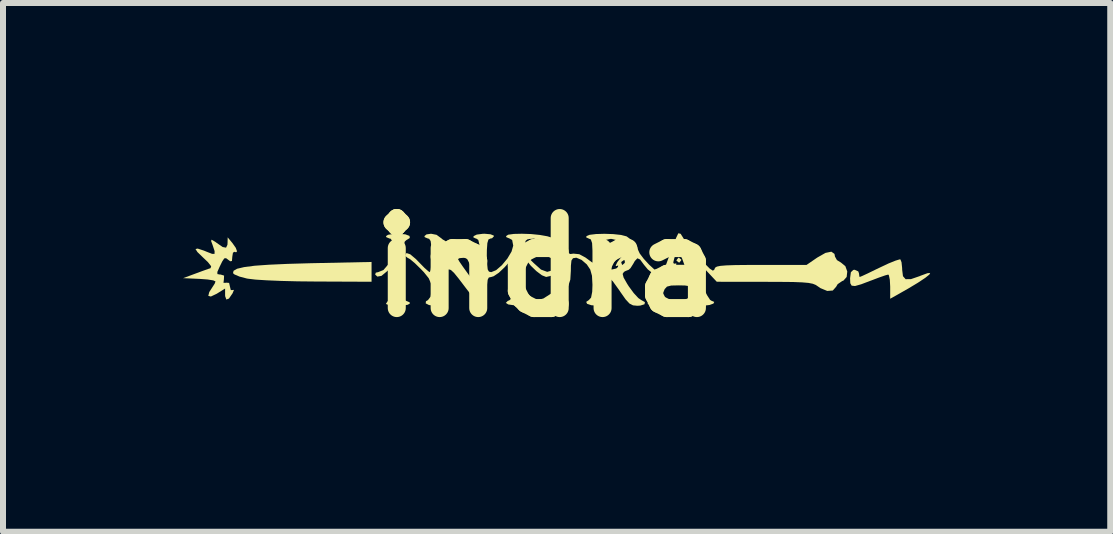
<source format=kicad_pcb>
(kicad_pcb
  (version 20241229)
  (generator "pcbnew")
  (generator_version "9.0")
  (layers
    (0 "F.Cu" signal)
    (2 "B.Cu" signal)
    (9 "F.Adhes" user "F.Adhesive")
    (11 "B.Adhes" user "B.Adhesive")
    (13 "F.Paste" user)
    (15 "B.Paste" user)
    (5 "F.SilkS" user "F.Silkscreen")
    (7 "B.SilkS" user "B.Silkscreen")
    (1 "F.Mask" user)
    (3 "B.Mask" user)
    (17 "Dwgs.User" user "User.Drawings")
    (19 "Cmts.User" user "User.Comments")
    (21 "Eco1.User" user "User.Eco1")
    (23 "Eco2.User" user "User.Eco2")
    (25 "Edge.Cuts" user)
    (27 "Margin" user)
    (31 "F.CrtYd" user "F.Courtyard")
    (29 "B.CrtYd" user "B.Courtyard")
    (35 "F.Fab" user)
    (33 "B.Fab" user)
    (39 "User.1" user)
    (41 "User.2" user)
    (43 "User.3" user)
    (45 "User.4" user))
  (footprint "indra"
    (layer "F.Cu")
    (at 6.06 1.404)
    (property "Reference" "indra" (at 0 0 0) (layer "F.SilkS") (effects (font (size 1.5 1.5) (thickness 0.3))))
    (attr board_only exclude_from_pos_files exclude_from_bom)
    (fp_poly (pts (xy 2.6 0.1) (xy 2.58 0.12) (xy 2.56 0.1) (xy 2.58 0.08)) (stroke (width 0) (type solid)) (fill yes) (layer "F.SilkS"))
    (fp_poly (pts (xy 2.239 -0.13) (xy 2.24 -0.12) (xy 2.21 -0.081) (xy 2.2 -0.08) (xy 2.161 -0.11) (xy 2.16 -0.12) (xy 2.19 -0.159) (xy 2.2 -0.16)) (stroke (width 0) (type solid)) (fill yes) (layer "F.SilkS"))
    (fp_poly (pts (xy -2.92 0.075) (xy -2.92 0.24) (xy -3.85 0.236) (xy -4.15 0.233) (xy -4.426 0.226) (xy -4.665 0.216) (xy -4.854 0.204) (xy -4.979 0.189) (xy -4.997 0.186) (xy -5.119 0.154) (xy -5.204 0.118) (xy -5.228 0.097) (xy -5.219 0.057) (xy -5.159 0.023) (xy -5.044 -0.004) (xy -4.868 -0.027) (xy -4.628 -0.044) (xy -4.317 -0.058) (xy -3.932 -0.069) (xy -3.93 -0.069) (xy -2.92 -0.09)) (stroke (width 0) (type solid)) (fill yes) (layer "F.SilkS"))
    (fp_poly (pts (xy 5.89 -0.133) (xy 5.909 -0.085) (xy 5.919 0.011) (xy 5.92 0.042) (xy 5.933 0.147) (xy 5.977 0.197) (xy 6.066 0.196) (xy 6.209 0.147) (xy 6.227 0.139) (xy 6.339 0.098) (xy 6.386 0.093) (xy 6.373 0.12) (xy 6.304 0.175) (xy 6.184 0.255) (xy 6.016 0.356) (xy 5.896 0.424) (xy 5.72 0.523) (xy 5.72 0.321) (xy 5.714 0.207) (xy 5.699 0.134) (xy 5.688 0.12) (xy 5.636 0.134) (xy 5.533 0.17) (xy 5.401 0.22) (xy 5.4 0.22) (xy 5.237 0.282) (xy 5.134 0.311) (xy 5.078 0.305) (xy 5.055 0.264) (xy 5.052 0.185) (xy 5.052 0.18) (xy 5.065 0.081) (xy 5.105 0.043) (xy 5.128 0.04) (xy 5.188 0.067) (xy 5.2 0.1) (xy 5.207 0.153) (xy 5.214 0.16) (xy 5.253 0.144) (xy 5.348 0.1) (xy 5.479 0.036) (xy 5.544 0.005) (xy 5.688 -0.063) (xy 5.806 -0.111) (xy 5.878 -0.133)) (stroke (width 0) (type solid)) (fill yes) (layer "F.SilkS"))
    (fp_poly (pts (xy -2.357 -0.55) (xy -2.288 -0.524) (xy -2.283 -0.489) (xy -2.34 -0.454) (xy -2.366 -0.431) (xy -2.383 -0.374) (xy -2.394 -0.273) (xy -2.399 -0.114) (xy -2.4 0.064) (xy -2.399 0.275) (xy -2.393 0.418) (xy -2.383 0.505) (xy -2.365 0.548) (xy -2.34 0.56) (xy -2.287 0.582) (xy -2.28 0.6) (xy -2.316 0.623) (xy -2.408 0.637) (xy -2.48 0.64) (xy -2.594 0.634) (xy -2.667 0.617) (xy -2.68 0.604) (xy -2.648 0.561) (xy -2.62 0.546) (xy -2.586 0.511) (xy -2.567 0.429) (xy -2.56 0.285) (xy -2.56 0.243) (xy -2.56 -0.036) (xy -2.658 0.062) (xy -2.755 0.142) (xy -2.823 0.154) (xy -2.86 0.12) (xy -2.849 0.088) (xy -2.81 0.08) (xy -2.722 0.044) (xy -2.641 -0.05) (xy -2.583 -0.178) (xy -2.56 -0.318) (xy -2.57 -0.43) (xy -2.602 -0.477) (xy -2.62 -0.48) (xy -2.673 -0.502) (xy -2.68 -0.52) (xy -2.644 -0.543) (xy -2.552 -0.557) (xy -2.48 -0.56)) (stroke (width 0) (type solid)) (fill yes) (layer "F.SilkS"))
    (fp_poly (pts (xy -5.239 -0.406) (xy -5.182 -0.325) (xy -5.161 -0.267) (xy -5.178 -0.25) (xy -5.2 -0.26) (xy -5.229 -0.245) (xy -5.24 -0.177) (xy -5.246 -0.106) (xy -5.274 -0.101) (xy -5.301 -0.121) (xy -5.344 -0.153) (xy -5.374 -0.149) (xy -5.408 -0.098) (xy -5.451 -0.01) (xy -5.489 0.076) (xy -5.488 0.112) (xy -5.445 0.12) (xy -5.434 0.12) (xy -5.377 0.137) (xy -5.38 0.199) (xy -5.38 0.2) (xy -5.387 0.257) (xy -5.346 0.257) (xy -5.343 0.255) (xy -5.293 0.259) (xy -5.28 0.318) (xy -5.265 0.378) (xy -5.236 0.378) (xy -5.212 0.375) (xy -5.235 0.431) (xy -5.236 0.433) (xy -5.296 0.52) (xy -5.339 0.536) (xy -5.359 0.481) (xy -5.36 0.459) (xy -5.36 0.353) (xy -5.5 0.44) (xy -5.597 0.486) (xy -5.64 0.475) (xy -5.624 0.412) (xy -5.579 0.342) (xy -5.533 0.271) (xy -5.52 0.234) (xy -5.557 0.217) (xy -5.652 0.202) (xy -5.787 0.192) (xy -5.79 0.192) (xy -6.06 0.18) (xy -5.86 0.106) (xy -5.736 0.06) (xy -5.637 0.025) (xy -5.603 0.014) (xy -5.592 -0.018) (xy -5.648 -0.089) (xy -5.723 -0.16) (xy -5.821 -0.255) (xy -5.853 -0.305) (xy -5.817 -0.313) (xy -5.713 -0.279) (xy -5.662 -0.258) (xy -5.577 -0.225) (xy -5.536 -0.225) (xy -5.535 -0.271) (xy -5.569 -0.374) (xy -5.593 -0.439) (xy -5.585 -0.461) (xy -5.525 -0.426) (xy -5.502 -0.409) (xy -5.401 -0.339) (xy -5.344 -0.328) (xy -5.321 -0.376) (xy -5.319 -0.41) (xy -5.317 -0.5)) (stroke (width 0) (type solid)) (fill yes) (layer "F.SilkS"))
    (fp_poly (pts (xy 2.229 -0.559) (xy 2.279 -0.48) (xy 2.305 -0.423) (xy 2.356 -0.317) (xy 2.404 -0.251) (xy 2.424 -0.24) (xy 2.473 -0.213) (xy 2.554 -0.142) (xy 2.623 -0.071) (xy 2.714 0.021) (xy 2.766 0.055) (xy 2.79 0.039) (xy 2.793 0.029) (xy 2.804 0.005) (xy 2.834 -0.013) (xy 2.893 -0.025) (xy 2.992 -0.033) (xy 3.142 -0.038) (xy 3.353 -0.04) (xy 3.566 -0.04) (xy 4.326 -0.04) (xy 4.505 -0.163) (xy 4.642 -0.241) (xy 4.74 -0.261) (xy 4.792 -0.224) (xy 4.8 -0.18) (xy 4.833 -0.121) (xy 4.9 -0.08) (xy 4.973 -0.02) (xy 5.005 0.069) (xy 4.995 0.16) (xy 4.941 0.221) (xy 4.921 0.228) (xy 4.845 0.28) (xy 4.819 0.324) (xy 4.764 0.386) (xy 4.671 0.393) (xy 4.558 0.346) (xy 4.52 0.32) (xy 4.48 0.293) (xy 4.43 0.273) (xy 4.358 0.259) (xy 4.253 0.25) (xy 4.103 0.244) (xy 3.896 0.242) (xy 3.626 0.241) (xy 2.831 0.24) (xy 2.636 0.032) (xy 2.541 -0.064) (xy 2.472 -0.125) (xy 2.441 -0.139) (xy 2.44 -0.136) (xy 2.455 -0.054) (xy 2.495 0.068) (xy 2.55 0.209) (xy 2.611 0.349) (xy 2.67 0.465) (xy 2.718 0.539) (xy 2.736 0.553) (xy 2.789 0.576) (xy 2.776 0.603) (xy 2.711 0.627) (xy 2.609 0.639) (xy 2.58 0.64) (xy 2.462 0.63) (xy 2.389 0.606) (xy 2.375 0.575) (xy 2.417 0.547) (xy 2.454 0.504) (xy 2.444 0.412) (xy 2.421 0.347) (xy 2.38 0.314) (xy 2.3 0.302) (xy 2.198 0.3) (xy 2.072 0.303) (xy 2.001 0.321) (xy 1.963 0.363) (xy 1.941 0.417) (xy 1.92 0.506) (xy 1.941 0.546) (xy 1.95 0.55) (xy 2.001 0.582) (xy 1.984 0.614) (xy 1.91 0.636) (xy 1.84 0.64) (xy 1.74 0.632) (xy 1.684 0.611) (xy 1.68 0.602) (xy 1.71 0.552) (xy 1.739 0.531) (xy 1.773 0.482) (xy 1.826 0.373) (xy 1.89 0.218) (xy 1.929 0.114) (xy 2.04 0.114) (xy 2.056 0.168) (xy 2.143 0.197) (xy 2.204 0.2) (xy 2.308 0.194) (xy 2.348 0.173) (xy 2.344 0.136) (xy 2.316 0.049) (xy 2.294 -0.034) (xy 2.255 -0.143) (xy 2.219 -0.212) (xy 2.183 -0.254) (xy 2.156 -0.237) (xy 2.126 -0.161) (xy 2.106 -0.082) (xy 2.118 -0.059) (xy 2.122 -0.061) (xy 2.157 -0.066) (xy 2.154 -0.03) (xy 2.118 0.023) (xy 2.1 0.04) (xy 2.04 0.114) (xy 1.929 0.114) (xy 1.96 0.031) (xy 1.976 -0.016) (xy 2.045 -0.208) (xy 2.106 -0.373) (xy 2.156 -0.496) (xy 2.188 -0.562) (xy 2.192 -0.568)) (stroke (width 0) (type solid)) (fill yes) (layer "F.SilkS"))
    (fp_poly (pts (xy -0.265 -0.555) (xy -0.117 -0.54) (xy 0.008 -0.518) (xy 0.067 -0.5) (xy 0.182 -0.436) (xy 0.283 -0.355) (xy 0.348 -0.276) (xy 0.36 -0.238) (xy 0.392 -0.222) (xy 0.443 -0.229) (xy 0.541 -0.219) (xy 0.643 -0.164) (xy 0.76 -0.078) (xy 0.76 -0.139) (xy 0.924 -0.139) (xy 0.93 -0.042) (xy 0.936 -0.015) (xy 0.989 0.027) (xy 1.075 0.038) (xy 1.156 0.019) (xy 1.184 -0.006) (xy 1.189 -0.033) (xy 1.162 -0.021) (xy 1.146 -0.027) (xy 1.171 -0.08) (xy 1.24 -0.08) (xy 1.254 -0.041) (xy 1.258 -0.04) (xy 1.292 -0.068) (xy 1.3 -0.08) (xy 1.297 -0.117) (xy 1.282 -0.12) (xy 1.242 -0.091) (xy 1.24 -0.08) (xy 1.171 -0.08) (xy 1.173 -0.083) (xy 1.18 -0.095) (xy 1.239 -0.169) (xy 1.284 -0.2) (xy 1.285 -0.2) (xy 1.314 -0.233) (xy 1.32 -0.274) (xy 1.284 -0.372) (xy 1.195 -0.446) (xy 1.078 -0.474) (xy 1.054 -0.473) (xy 0.985 -0.458) (xy 0.949 -0.42) (xy 0.933 -0.336) (xy 0.928 -0.265) (xy 0.924 -0.139) (xy 0.76 -0.139) (xy 0.76 -0.279) (xy 0.754 -0.404) (xy 0.733 -0.465) (xy 0.698 -0.48) (xy 0.656 -0.499) (xy 0.66 -0.52) (xy 0.712 -0.542) (xy 0.82 -0.555) (xy 0.96 -0.559) (xy 1.106 -0.554) (xy 1.236 -0.54) (xy 1.325 -0.517) (xy 1.333 -0.513) (xy 1.439 -0.435) (xy 1.506 -0.341) (xy 1.519 -0.293) (xy 1.547 -0.232) (xy 1.614 -0.143) (xy 1.702 -0.047) (xy 1.789 0.033) (xy 1.856 0.077) (xy 1.869 0.08) (xy 1.906 0.1) (xy 1.901 0.118) (xy 1.85 0.137) (xy 1.77 0.105) (xy 1.681 0.033) (xy 1.619 -0.042) (xy 1.553 -0.131) (xy 1.509 -0.151) (xy 1.466 -0.106) (xy 1.44 -0.06) (xy 1.394 0.013) (xy 1.363 0.041) (xy 1.313 0.06) (xy 1.285 0.076) (xy 1.263 0.109) (xy 1.279 0.17) (xy 1.337 0.272) (xy 1.365 0.316) (xy 1.448 0.429) (xy 1.525 0.512) (xy 1.57 0.543) (xy 1.634 0.579) (xy 1.627 0.615) (xy 1.556 0.637) (xy 1.508 0.64) (xy 1.436 0.633) (xy 1.377 0.603) (xy 1.313 0.534) (xy 1.229 0.415) (xy 1.207 0.382) (xy 1.098 0.231) (xy 1.016 0.155) (xy 0.959 0.154) (xy 0.928 0.226) (xy 0.92 0.346) (xy 0.933 0.479) (xy 0.974 0.543) (xy 0.98 0.546) (xy 1.038 0.582) (xy 1.024 0.614) (xy 0.946 0.635) (xy 0.862 0.64) (xy 0.742 0.631) (xy 0.67 0.607) (xy 0.656 0.575) (xy 0.7 0.545) (xy 0.737 0.504) (xy 0.756 0.407) (xy 0.76 0.291) (xy 0.752 0.14) (xy 0.723 0.036) (xy 0.665 -0.05) (xy 0.579 -0.124) (xy 0.494 -0.16) (xy 0.485 -0.16) (xy 0.436 -0.152) (xy 0.41 -0.114) (xy 0.401 -0.027) (xy 0.4 0.057) (xy 0.391 0.205) (xy 0.357 0.31) (xy 0.295 0.398) (xy 0.181 0.513) (xy 0.056 0.586) (xy -0.1 0.626) (xy -0.309 0.64) (xy -0.358 0.64) (xy -0.532 0.634) (xy -0.642 0.618) (xy -0.683 0.592) (xy -0.652 0.56) (xy -0.402 0.56) (xy -0.287 0.56) (xy -0.16 0.546) (xy -0.056 0.518) (xy 0.089 0.425) (xy 0.187 0.27) (xy 0.219 0.164) (xy 0.236 0.075) (xy 0.225 0.052) (xy 0.173 0.082) (xy 0.155 0.095) (xy 0.06 0.144) (xy -0.012 0.16) (xy -0.082 0.132) (xy -0.175 0.062) (xy -0.267 -0.027) (xy -0.336 -0.114) (xy -0.36 -0.171) (xy -0.336 -0.173) (xy -0.274 -0.126) (xy -0.217 -0.07) (xy -0.097 0.037) (xy 0.006 0.075) (xy 0.105 0.047) (xy 0.158 0.01) (xy 0.216 -0.052) (xy 0.22 -0.119) (xy 0.201 -0.177) (xy 0.102 -0.336) (xy -0.043 -0.44) (xy -0.218 -0.478) (xy -0.286 -0.473) (xy -0.325 -0.465) (xy -0.351 -0.444) (xy -0.369 -0.397) (xy -0.379 -0.311) (xy -0.386 -0.173) (xy -0.391 0.031) (xy -0.391 0.05) (xy -0.402 0.56) (xy -0.652 0.56) (xy -0.65 0.559) (xy -0.62 0.546) (xy -0.589 0.516) (xy -0.571 0.445) (xy -0.562 0.319) (xy -0.56 0.181) (xy -0.56 -0.16) (xy -0.705 -0.000116) (xy -0.8 0.09) (xy -0.886 0.148) (xy -0.925 0.16) (xy -0.966 0.169) (xy -0.988 0.209) (xy -0.998 0.297) (xy -1 0.42) (xy -1.006 0.576) (xy -1.025 0.659) (xy -1.05 0.679) (xy -1.093 0.648) (xy -1.171 0.566) (xy -1.271 0.446) (xy -1.355 0.337) (xy -1.469 0.187) (xy -1.546 0.092) (xy -1.598 0.044) (xy -1.635 0.033) (xy -1.67 0.051) (xy -1.685 0.065) (xy -1.752 0.106) (xy -1.79 0.103) (xy -1.785 0.06) (xy -1.733 0.003) (xy -1.647 -0.067) (xy -1.705 -0.138) (xy -1.48 -0.138) (xy -1.458 -0.098) (xy -1.399 -0.012) (xy -1.317 0.102) (xy -1.31 0.112) (xy -1.14 0.34) (xy -1.128 0.211) (xy -1.147 0.069) (xy -1.198 -0.007) (xy -1.256 -0.079) (xy -1.28 -0.128) (xy -1.314 -0.152) (xy -1.38 -0.16) (xy -1.455 -0.153) (xy -1.48 -0.138) (xy -1.705 -0.138) (xy -1.742 -0.184) (xy -1.837 -0.3) (xy -1.839 0.114) (xy -1.838 0.3) (xy -1.833 0.422) (xy -1.821 0.494) (xy -1.799 0.531) (xy -1.764 0.547) (xy -1.76 0.548) (xy -1.702 0.578) (xy -1.712 0.61) (xy -1.779 0.633) (xy -1.86 0.64) (xy -1.963 0.628) (xy -2.018 0.6) (xy -2.014 0.565) (xy -1.98 0.545) (xy -1.935 0.486) (xy -1.92 0.367) (xy -1.93 0.268) (xy -1.968 0.181) (xy -2.048 0.081) (xy -2.101 0.026) (xy -2.199 -0.07) (xy -2.279 -0.137) (xy -2.321 -0.16) (xy -2.359 -0.19) (xy -2.36 -0.2) (xy -2.338 -0.239) (xy -2.275 -0.217) (xy -2.18 -0.137) (xy -2.125 -0.08) (xy -2.038 0.009) (xy -1.972 0.067) (xy -1.949 0.08) (xy -1.935 0.043) (xy -1.924 -0.053) (xy -1.92 -0.189) (xy -1.92 -0.2) (xy -1.924 -0.352) (xy -1.936 -0.439) (xy -1.961 -0.476) (xy -1.98 -0.48) (xy -2.033 -0.502) (xy -2.04 -0.52) (xy -2.005 -0.549) (xy -1.929 -0.56) (xy -1.837 -0.542) (xy -1.751 -0.479) (xy -1.655 -0.358) (xy -1.622 -0.308) (xy -1.55 -0.237) (xy -1.457 -0.231) (xy -1.457 -0.231) (xy -1.359 -0.223) (xy -1.255 -0.154) (xy -1.238 -0.138) (xy -1.12 -0.025) (xy -1.12 -0.253) (xy -1.125 -0.386) (xy -1.142 -0.457) (xy -1.176 -0.48) (xy -1.182 -0.48) (xy -1.224 -0.499) (xy -1.22 -0.52) (xy -1.168 -0.546) (xy -1.068 -0.559) (xy -1.038 -0.56) (xy -0.938 -0.551) (xy -0.884 -0.529) (xy -0.88 -0.52) (xy -0.912 -0.485) (xy -0.94 -0.48) (xy -0.973 -0.464) (xy -0.991 -0.404) (xy -0.999 -0.288) (xy -1 -0.2) (xy -0.998 -0.052) (xy -0.987 0.033) (xy -0.964 0.071) (xy -0.927 0.08) (xy -0.845 0.047) (xy -0.749 -0.036) (xy -0.657 -0.147) (xy -0.588 -0.263) (xy -0.56 -0.362) (xy -0.56 -0.363) (xy -0.578 -0.456) (xy -0.62 -0.48) (xy -0.673 -0.502) (xy -0.68 -0.52) (xy -0.644 -0.544) (xy -0.549 -0.557) (xy -0.416 -0.56)) (stroke (width 0) (type solid)) (fill yes) (layer "F.SilkS")))
  (gr_rect
    (start -3 -3)
    (end 15.446 5.808)
    (stroke (width 0.1) (type default))
    (fill no)
    (layer "Edge.Cuts")))
</source>
